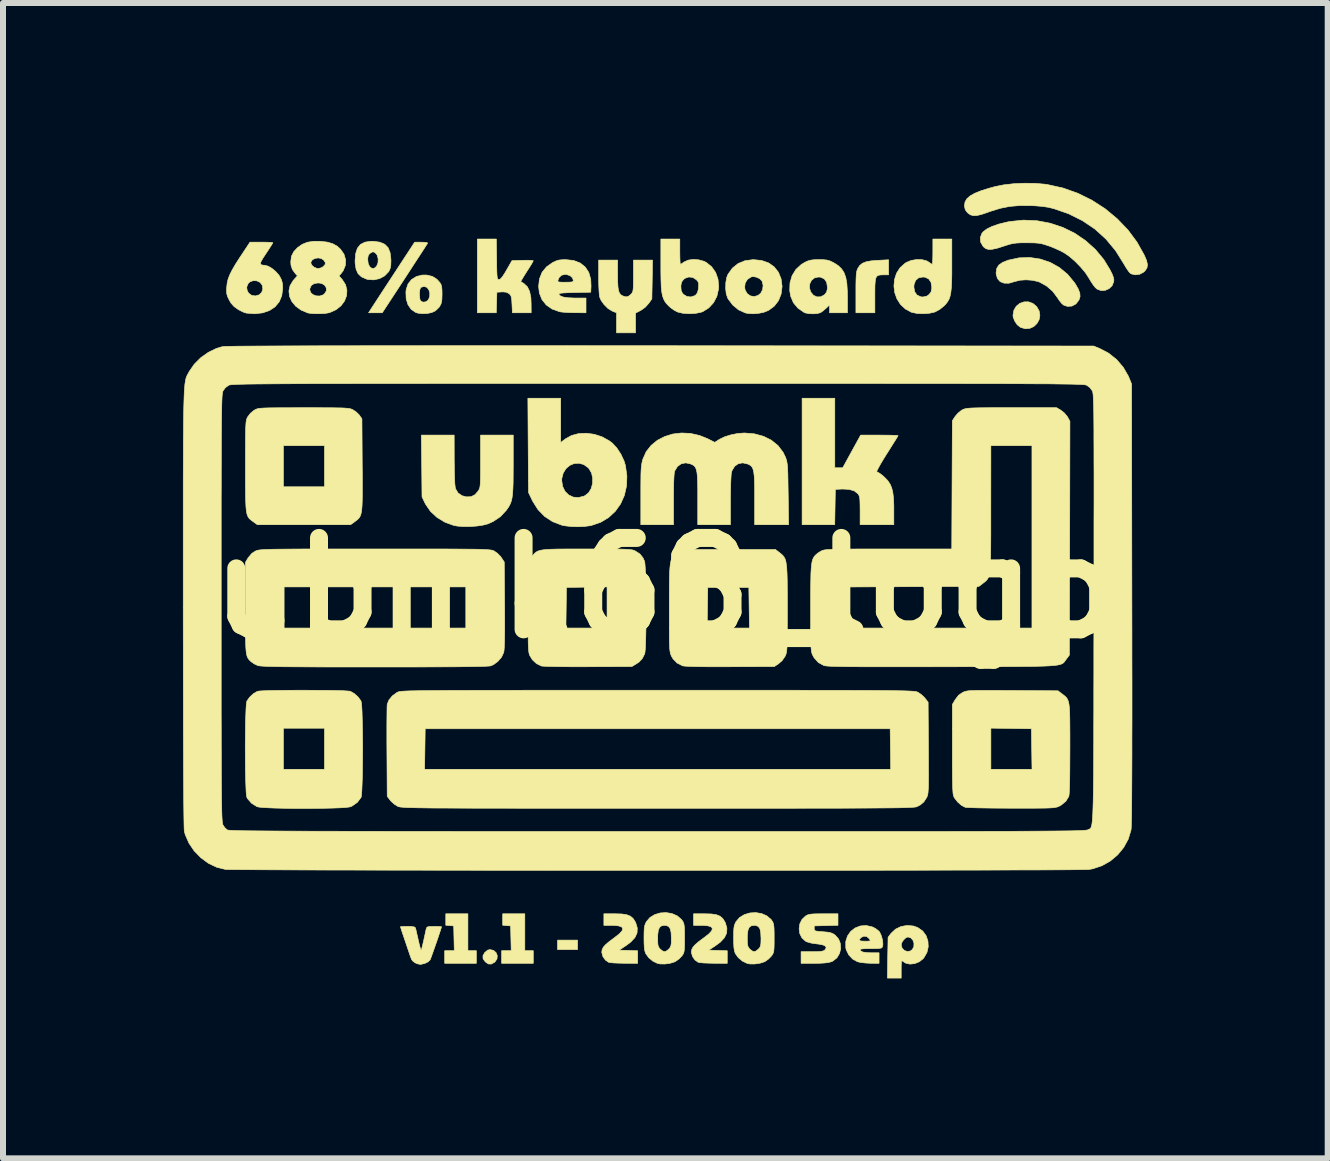
<source format=kicad_pcb>
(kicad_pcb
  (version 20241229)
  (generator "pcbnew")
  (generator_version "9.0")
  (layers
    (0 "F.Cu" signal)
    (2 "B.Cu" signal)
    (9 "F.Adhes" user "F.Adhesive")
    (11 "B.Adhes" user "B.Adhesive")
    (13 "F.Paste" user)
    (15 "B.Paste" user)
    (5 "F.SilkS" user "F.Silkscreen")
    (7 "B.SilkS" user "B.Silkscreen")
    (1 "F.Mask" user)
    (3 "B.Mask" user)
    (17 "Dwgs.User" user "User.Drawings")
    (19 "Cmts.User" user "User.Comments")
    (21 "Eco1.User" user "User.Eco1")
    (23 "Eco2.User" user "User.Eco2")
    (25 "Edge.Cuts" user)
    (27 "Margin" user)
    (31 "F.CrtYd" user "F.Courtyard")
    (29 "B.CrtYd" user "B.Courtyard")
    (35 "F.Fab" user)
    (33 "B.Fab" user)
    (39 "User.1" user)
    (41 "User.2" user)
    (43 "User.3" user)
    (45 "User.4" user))
  (footprint "ubmk68_logo"
    (layer "F.Cu")
    (at 8.038 6.753)
    (property "Reference" "ubmk68_logo" (at 0 0 0) (layer "F.SilkS") (effects (font (size 1.524 1.524) (thickness 0.3))))
    (attr through_hole)
    (fp_poly (pts (xy -1.459 6.029) (xy -1.793 6.029) (xy -1.793 5.871) (xy -1.459 5.871) (xy -1.459 6.029)) (stroke (width 0.01) (type solid)) (fill yes) (layer "F.SilkS"))
    (fp_poly (pts (xy -3.287 6.047) (xy -3.146 6.047) (xy -3.146 6.258) (xy -3.674 6.258) (xy -3.674 6.047) (xy -3.514 6.047) (xy -3.519 5.84) (xy -3.524 5.634) (xy -3.656 5.623) (xy -3.656 5.432) (xy -3.287 5.432) (xy -3.287 6.047)) (stroke (width 0.01) (type solid)) (fill yes) (layer "F.SilkS"))
    (fp_poly (pts (xy -2.338 6.047) (xy -2.197 6.047) (xy -2.197 6.258) (xy -2.725 6.258) (xy -2.725 6.047) (xy -2.565 6.047) (xy -2.57 5.84) (xy -2.575 5.634) (xy -2.707 5.623) (xy -2.707 5.432) (xy -2.338 5.432) (xy -2.338 6.047)) (stroke (width 0.01) (type solid)) (fill yes) (layer "F.SilkS"))
    (fp_poly (pts (xy -2.858 6.043) (xy -2.817 6.08) (xy -2.797 6.13) (xy -2.802 6.184) (xy -2.834 6.232) (xy -2.841 6.239) (xy -2.897 6.27) (xy -2.947 6.268) (xy -2.998 6.232) (xy -2.998 6.232) (xy -3.034 6.182) (xy -3.036 6.131) (xy -3.005 6.076) (xy -3.005 6.076) (xy -2.956 6.037) (xy -2.917 6.029) (xy -2.858 6.043)) (stroke (width 0.01) (type solid)) (fill yes) (layer "F.SilkS"))
    (fp_poly (pts (xy 6.133 -4.744) (xy 6.195 -4.692) (xy 6.237 -4.619) (xy 6.249 -4.544) (xy 6.236 -4.472) (xy 6.2 -4.409) (xy 6.148 -4.359) (xy 6.082 -4.329) (xy 6.007 -4.322) (xy 5.927 -4.345) (xy 5.924 -4.347) (xy 5.871 -4.389) (xy 5.828 -4.453) (xy 5.803 -4.521) (xy 5.801 -4.547) (xy 5.816 -4.631) (xy 5.856 -4.698) (xy 5.914 -4.745) (xy 5.984 -4.77) (xy 6.059 -4.771) (xy 6.133 -4.744)) (stroke (width 0.01) (type solid)) (fill yes) (layer "F.SilkS"))
    (fp_poly (pts (xy -4.007 -5.763) (xy -3.969 -5.758) (xy -3.958 -5.751) (xy -3.969 -5.733) (xy -3.996 -5.69) (xy -4.039 -5.623) (xy -4.095 -5.537) (xy -4.162 -5.435) (xy -4.237 -5.319) (xy -4.319 -5.193) (xy -4.339 -5.162) (xy -4.715 -4.588) (xy -4.943 -4.588) (xy -4.912 -4.636) (xy -4.896 -4.662) (xy -4.862 -4.713) (xy -4.815 -4.786) (xy -4.755 -4.878) (xy -4.685 -4.985) (xy -4.608 -5.103) (xy -4.528 -5.225) (xy -4.175 -5.765) (xy -4.063 -5.765) (xy -4.007 -5.763)) (stroke (width 0.01) (type solid)) (fill yes) (layer "F.SilkS"))
    (fp_poly (pts (xy 3.727 -5.221) (xy 3.64 -5.221) (xy 3.591 -5.219) (xy 3.555 -5.213) (xy 3.53 -5.196) (xy 3.513 -5.165) (xy 3.504 -5.114) (xy 3.499 -5.04) (xy 3.498 -4.937) (xy 3.498 -4.877) (xy 3.498 -4.588) (xy 3.182 -4.588) (xy 3.182 -4.926) (xy 3.182 -5.048) (xy 3.184 -5.14) (xy 3.187 -5.208) (xy 3.192 -5.257) (xy 3.199 -5.292) (xy 3.21 -5.32) (xy 3.212 -5.325) (xy 3.246 -5.377) (xy 3.29 -5.413) (xy 3.352 -5.438) (xy 3.437 -5.454) (xy 3.542 -5.462) (xy 3.727 -5.472) (xy 3.727 -5.221)) (stroke (width 0.01) (type solid)) (fill yes) (layer "F.SilkS"))
    (fp_poly (pts (xy 6.256 -5.484) (xy 6.422 -5.428) (xy 6.574 -5.343) (xy 6.71 -5.231) (xy 6.825 -5.092) (xy 6.837 -5.075) (xy 6.888 -4.987) (xy 6.915 -4.917) (xy 6.919 -4.857) (xy 6.901 -4.802) (xy 6.901 -4.802) (xy 6.85 -4.736) (xy 6.784 -4.7) (xy 6.709 -4.695) (xy 6.646 -4.716) (xy 6.615 -4.742) (xy 6.576 -4.789) (xy 6.543 -4.839) (xy 6.464 -4.945) (xy 6.362 -5.034) (xy 6.247 -5.098) (xy 6.219 -5.109) (xy 6.124 -5.13) (xy 6.02 -5.138) (xy 5.918 -5.131) (xy 5.834 -5.11) (xy 5.829 -5.109) (xy 5.735 -5.081) (xy 5.653 -5.082) (xy 5.587 -5.108) (xy 5.542 -5.159) (xy 5.521 -5.231) (xy 5.519 -5.256) (xy 5.53 -5.328) (xy 5.565 -5.384) (xy 5.627 -5.428) (xy 5.72 -5.465) (xy 5.901 -5.504) (xy 6.081 -5.51) (xy 6.256 -5.484)) (stroke (width 0.01) (type solid)) (fill yes) (layer "F.SilkS"))
    (fp_poly (pts (xy -0.721 5.435) (xy -0.637 5.448) (xy -0.576 5.473) (xy -0.531 5.512) (xy -0.496 5.568) (xy -0.49 5.579) (xy -0.463 5.669) (xy -0.467 5.752) (xy -0.503 5.829) (xy -0.573 5.904) (xy -0.646 5.959) (xy -0.765 6.038) (xy -0.611 6.043) (xy -0.457 6.048) (xy -0.457 6.258) (xy -0.681 6.257) (xy -0.77 6.255) (xy -0.848 6.252) (xy -0.908 6.247) (xy -0.941 6.241) (xy -0.942 6.24) (xy -0.995 6.203) (xy -1.036 6.145) (xy -1.054 6.08) (xy -1.055 6.072) (xy -1.049 6.029) (xy -1.028 5.987) (xy -0.988 5.943) (xy -0.925 5.89) (xy -0.844 5.83) (xy -0.764 5.768) (xy -0.718 5.718) (xy -0.705 5.679) (xy -0.725 5.65) (xy -0.779 5.633) (xy -0.866 5.625) (xy -0.891 5.625) (xy -1.02 5.625) (xy -1.02 5.432) (xy -0.833 5.432) (xy -0.721 5.435)) (stroke (width 0.01) (type solid)) (fill yes) (layer "F.SilkS"))
    (fp_poly (pts (xy 0.773 5.435) (xy 0.857 5.448) (xy 0.918 5.473) (xy 0.963 5.512) (xy 0.998 5.568) (xy 1.004 5.579) (xy 1.031 5.669) (xy 1.027 5.752) (xy 0.991 5.829) (xy 0.922 5.904) (xy 0.848 5.959) (xy 0.729 6.038) (xy 0.883 6.043) (xy 1.037 6.048) (xy 1.037 6.258) (xy 0.813 6.257) (xy 0.725 6.255) (xy 0.646 6.252) (xy 0.586 6.247) (xy 0.553 6.241) (xy 0.552 6.24) (xy 0.499 6.203) (xy 0.458 6.145) (xy 0.44 6.08) (xy 0.439 6.072) (xy 0.445 6.029) (xy 0.466 5.987) (xy 0.506 5.943) (xy 0.569 5.89) (xy 0.65 5.83) (xy 0.73 5.768) (xy 0.776 5.718) (xy 0.789 5.679) (xy 0.769 5.65) (xy 0.716 5.633) (xy 0.628 5.625) (xy 0.603 5.625) (xy 0.475 5.625) (xy 0.475 5.432) (xy 0.661 5.432) (xy 0.773 5.435)) (stroke (width 0.01) (type solid)) (fill yes) (layer "F.SilkS"))
    (fp_poly (pts (xy -0.791 -5.221) (xy -0.79 -5.106) (xy -0.785 -5.019) (xy -0.776 -4.958) (xy -0.76 -4.916) (xy -0.738 -4.889) (xy -0.709 -4.871) (xy -0.654 -4.853) (xy -0.611 -4.862) (xy -0.57 -4.895) (xy -0.554 -4.913) (xy -0.542 -4.932) (xy -0.535 -4.959) (xy -0.53 -4.999) (xy -0.528 -5.059) (xy -0.527 -5.145) (xy -0.527 -5.202) (xy -0.527 -5.467) (xy -0.209 -5.467) (xy -0.214 -5.143) (xy -0.22 -4.819) (xy -0.273 -4.744) (xy -0.331 -4.68) (xy -0.403 -4.629) (xy -0.409 -4.626) (xy -0.492 -4.583) (xy -0.492 -4.254) (xy -0.809 -4.254) (xy -0.809 -4.588) (xy -0.879 -4.616) (xy -0.949 -4.658) (xy -1.015 -4.723) (xy -1.067 -4.796) (xy -1.09 -4.85) (xy -1.096 -4.89) (xy -1.101 -4.956) (xy -1.105 -5.042) (xy -1.107 -5.14) (xy -1.107 -5.19) (xy -1.107 -5.467) (xy -0.791 -5.467) (xy -0.791 -5.221)) (stroke (width 0.01) (type solid)) (fill yes) (layer "F.SilkS"))
    (fp_poly (pts (xy 4.143 5.636) (xy 4.214 5.662) (xy 4.295 5.719) (xy 4.352 5.796) (xy 4.383 5.886) (xy 4.388 5.982) (xy 4.366 6.078) (xy 4.315 6.166) (xy 4.304 6.179) (xy 4.24 6.231) (xy 4.164 6.262) (xy 4.084 6.271) (xy 4.012 6.255) (xy 3.969 6.228) (xy 3.954 6.216) (xy 3.945 6.218) (xy 3.94 6.239) (xy 3.938 6.285) (xy 3.937 6.352) (xy 3.937 6.504) (xy 3.707 6.504) (xy 3.712 6.164) (xy 3.716 5.949) (xy 3.937 5.949) (xy 3.952 6.004) (xy 3.988 6.042) (xy 4.036 6.06) (xy 4.086 6.054) (xy 4.122 6.029) (xy 4.148 5.979) (xy 4.15 5.923) (xy 4.132 5.871) (xy 4.096 5.833) (xy 4.049 5.818) (xy 4.013 5.833) (xy 3.976 5.868) (xy 3.947 5.913) (xy 3.937 5.949) (xy 3.716 5.949) (xy 3.718 5.824) (xy 3.768 5.758) (xy 3.843 5.688) (xy 3.935 5.644) (xy 4.038 5.626) (xy 4.143 5.636)) (stroke (width 0.01) (type solid)) (fill yes) (layer "F.SilkS"))
    (fp_poly (pts (xy -4.86 -5.78) (xy -4.753 -5.765) (xy -4.673 -5.73) (xy -4.617 -5.673) (xy -4.584 -5.591) (xy -4.571 -5.481) (xy -4.57 -5.452) (xy -4.573 -5.377) (xy -4.584 -5.324) (xy -4.604 -5.28) (xy -4.61 -5.272) (xy -4.675 -5.204) (xy -4.76 -5.158) (xy -4.857 -5.137) (xy -4.956 -5.144) (xy -4.978 -5.15) (xy -5.06 -5.186) (xy -5.117 -5.239) (xy -5.151 -5.313) (xy -5.167 -5.413) (xy -5.168 -5.458) (xy -5.167 -5.471) (xy -4.957 -5.471) (xy -4.948 -5.403) (xy -4.923 -5.355) (xy -4.889 -5.329) (xy -4.85 -5.329) (xy -4.812 -5.361) (xy -4.809 -5.365) (xy -4.786 -5.421) (xy -4.783 -5.487) (xy -4.798 -5.546) (xy -4.816 -5.572) (xy -4.85 -5.601) (xy -4.877 -5.603) (xy -4.915 -5.582) (xy -4.918 -5.58) (xy -4.944 -5.553) (xy -4.955 -5.512) (xy -4.957 -5.471) (xy -5.167 -5.471) (xy -5.158 -5.576) (xy -5.129 -5.665) (xy -5.078 -5.728) (xy -5.003 -5.766) (xy -4.905 -5.78) (xy -4.86 -5.78)) (stroke (width 0.01) (type solid)) (fill yes) (layer "F.SilkS"))
    (fp_poly (pts (xy -3.972 -5.217) (xy -3.879 -5.195) (xy -3.803 -5.146) (xy -3.754 -5.091) (xy -3.735 -5.059) (xy -3.724 -5.02) (xy -3.719 -4.964) (xy -3.718 -4.895) (xy -3.721 -4.803) (xy -3.735 -4.736) (xy -3.764 -4.684) (xy -3.811 -4.637) (xy -3.838 -4.616) (xy -3.891 -4.592) (xy -3.965 -4.577) (xy -4.046 -4.574) (xy -4.12 -4.582) (xy -4.158 -4.594) (xy -4.233 -4.646) (xy -4.286 -4.723) (xy -4.316 -4.819) (xy -4.32 -4.923) (xy -4.094 -4.923) (xy -4.094 -4.864) (xy -4.087 -4.813) (xy -4.075 -4.785) (xy -4.033 -4.765) (xy -3.986 -4.772) (xy -3.947 -4.803) (xy -3.924 -4.857) (xy -3.922 -4.917) (xy -3.938 -4.971) (xy -3.969 -5.011) (xy -4.013 -5.027) (xy -4.014 -5.027) (xy -4.055 -5.018) (xy -4.075 -5.006) (xy -4.088 -4.975) (xy -4.094 -4.923) (xy -4.32 -4.923) (xy -4.321 -4.931) (xy -4.315 -4.979) (xy -4.284 -5.071) (xy -4.226 -5.143) (xy -4.146 -5.193) (xy -4.048 -5.217) (xy -3.972 -5.217)) (stroke (width 0.01) (type solid)) (fill yes) (layer "F.SilkS"))
    (fp_poly (pts (xy 1.611 -5.46) (xy 1.727 -5.419) (xy 1.821 -5.352) (xy 1.891 -5.263) (xy 1.935 -5.153) (xy 1.951 -5.027) (xy 1.935 -4.901) (xy 1.891 -4.79) (xy 1.82 -4.698) (xy 1.726 -4.629) (xy 1.645 -4.596) (xy 1.558 -4.579) (xy 1.464 -4.572) (xy 1.377 -4.578) (xy 1.336 -4.587) (xy 1.224 -4.638) (xy 1.127 -4.719) (xy 1.05 -4.822) (xy 1.044 -4.834) (xy 1.02 -4.905) (xy 1.01 -4.996) (xy 1.011 -5.011) (xy 1.327 -5.011) (xy 1.336 -4.965) (xy 1.372 -4.905) (xy 1.425 -4.869) (xy 1.488 -4.859) (xy 1.551 -4.878) (xy 1.595 -4.914) (xy 1.626 -4.973) (xy 1.635 -5.044) (xy 1.619 -5.111) (xy 1.616 -5.118) (xy 1.579 -5.156) (xy 1.525 -5.182) (xy 1.468 -5.192) (xy 1.438 -5.187) (xy 1.374 -5.146) (xy 1.336 -5.085) (xy 1.327 -5.011) (xy 1.011 -5.011) (xy 1.013 -5.091) (xy 1.029 -5.179) (xy 1.049 -5.229) (xy 1.123 -5.333) (xy 1.218 -5.409) (xy 1.332 -5.456) (xy 1.466 -5.474) (xy 1.477 -5.474) (xy 1.611 -5.46)) (stroke (width 0.01) (type solid)) (fill yes) (layer "F.SilkS"))
    (fp_poly (pts (xy -2.808 -5.48) (xy -2.807 -5.363) (xy -2.805 -5.277) (xy -2.802 -5.216) (xy -2.798 -5.177) (xy -2.792 -5.155) (xy -2.784 -5.144) (xy -2.772 -5.142) (xy -2.769 -5.142) (xy -2.746 -5.151) (xy -2.716 -5.184) (xy -2.677 -5.242) (xy -2.643 -5.3) (xy -2.552 -5.458) (xy -2.375 -5.463) (xy -2.301 -5.464) (xy -2.242 -5.463) (xy -2.205 -5.459) (xy -2.197 -5.456) (xy -2.206 -5.437) (xy -2.23 -5.395) (xy -2.266 -5.337) (xy -2.304 -5.278) (xy -2.346 -5.211) (xy -2.379 -5.157) (xy -2.4 -5.12) (xy -2.405 -5.108) (xy -2.388 -5.097) (xy -2.353 -5.076) (xy -2.35 -5.073) (xy -2.295 -5.021) (xy -2.258 -4.944) (xy -2.237 -4.84) (xy -2.233 -4.742) (xy -2.232 -4.588) (xy -2.545 -4.588) (xy -2.552 -4.73) (xy -2.556 -4.803) (xy -2.563 -4.85) (xy -2.575 -4.88) (xy -2.595 -4.902) (xy -2.6 -4.907) (xy -2.645 -4.931) (xy -2.705 -4.937) (xy -2.723 -4.936) (xy -2.804 -4.931) (xy -2.814 -4.588) (xy -3.129 -4.588) (xy -3.129 -5.818) (xy -2.813 -5.818) (xy -2.808 -5.48)) (stroke (width 0.01) (type solid)) (fill yes) (layer "F.SilkS"))
    (fp_poly (pts (xy 2.83 -2.004) (xy 2.962 -2.004) (xy 3.111 -2.276) (xy 3.261 -2.549) (xy 3.573 -2.549) (xy 3.673 -2.548) (xy 3.76 -2.547) (xy 3.828 -2.545) (xy 3.871 -2.543) (xy 3.885 -2.541) (xy 3.876 -2.524) (xy 3.851 -2.482) (xy 3.812 -2.42) (xy 3.763 -2.342) (xy 3.707 -2.253) (xy 3.697 -2.238) (xy 3.641 -2.148) (xy 3.594 -2.069) (xy 3.558 -2.004) (xy 3.535 -1.959) (xy 3.529 -1.939) (xy 3.53 -1.938) (xy 3.581 -1.91) (xy 3.641 -1.863) (xy 3.698 -1.806) (xy 3.72 -1.78) (xy 3.755 -1.726) (xy 3.78 -1.664) (xy 3.798 -1.589) (xy 3.809 -1.494) (xy 3.814 -1.373) (xy 3.814 -1.291) (xy 3.814 -1.055) (xy 3.252 -1.055) (xy 3.252 -1.29) (xy 3.251 -1.387) (xy 3.249 -1.455) (xy 3.245 -1.502) (xy 3.237 -1.534) (xy 3.225 -1.558) (xy 3.216 -1.57) (xy 3.157 -1.617) (xy 3.07 -1.644) (xy 2.957 -1.65) (xy 2.944 -1.649) (xy 2.839 -1.644) (xy 2.834 -1.349) (xy 2.829 -1.055) (xy 2.285 -1.055) (xy 2.285 -3.164) (xy 2.83 -3.164) (xy 2.83 -2.004)) (stroke (width 0.01) (type solid)) (fill yes) (layer "F.SilkS"))
    (fp_poly (pts (xy -3.515 -2.131) (xy -3.513 -1.967) (xy -3.51 -1.836) (xy -3.505 -1.738) (xy -3.498 -1.675) (xy -3.493 -1.654) (xy -3.451 -1.584) (xy -3.384 -1.538) (xy -3.312 -1.519) (xy -3.233 -1.522) (xy -3.168 -1.556) (xy -3.116 -1.616) (xy -3.104 -1.635) (xy -3.094 -1.656) (xy -3.087 -1.681) (xy -3.082 -1.717) (xy -3.079 -1.768) (xy -3.077 -1.838) (xy -3.076 -1.932) (xy -3.076 -2.055) (xy -3.076 -2.112) (xy -3.076 -2.549) (xy -2.531 -2.549) (xy -2.531 -2.051) (xy -2.532 -1.888) (xy -2.533 -1.755) (xy -2.537 -1.648) (xy -2.543 -1.564) (xy -2.552 -1.496) (xy -2.566 -1.441) (xy -2.584 -1.395) (xy -2.607 -1.352) (xy -2.637 -1.309) (xy -2.646 -1.296) (xy -2.744 -1.19) (xy -2.867 -1.108) (xy -2.951 -1.07) (xy -3.03 -1.049) (xy -3.133 -1.033) (xy -3.247 -1.025) (xy -3.361 -1.024) (xy -3.463 -1.032) (xy -3.524 -1.043) (xy -3.671 -1.097) (xy -3.801 -1.176) (xy -3.91 -1.276) (xy -3.991 -1.394) (xy -4.005 -1.42) (xy -4.052 -1.52) (xy -4.057 -2.035) (xy -4.063 -2.549) (xy -3.516 -2.549) (xy -3.515 -2.131)) (stroke (width 0.01) (type solid)) (fill yes) (layer "F.SilkS"))
    (fp_poly (pts (xy 2.883 5.624) (xy 2.685 5.629) (xy 2.487 5.634) (xy 2.487 5.678) (xy 2.489 5.699) (xy 2.499 5.713) (xy 2.525 5.721) (xy 2.573 5.727) (xy 2.63 5.731) (xy 2.707 5.738) (xy 2.761 5.748) (xy 2.802 5.765) (xy 2.836 5.788) (xy 2.893 5.852) (xy 2.923 5.929) (xy 2.928 6.012) (xy 2.909 6.093) (xy 2.867 6.164) (xy 2.802 6.217) (xy 2.777 6.23) (xy 2.729 6.243) (xy 2.663 6.252) (xy 2.573 6.257) (xy 2.487 6.258) (xy 2.268 6.258) (xy 2.268 6.064) (xy 2.451 6.064) (xy 2.539 6.063) (xy 2.599 6.059) (xy 2.637 6.051) (xy 2.66 6.039) (xy 2.663 6.036) (xy 2.686 6.001) (xy 2.678 5.974) (xy 2.638 5.953) (xy 2.565 5.938) (xy 2.512 5.932) (xy 2.435 5.92) (xy 2.368 5.901) (xy 2.34 5.887) (xy 2.281 5.833) (xy 2.246 5.761) (xy 2.235 5.68) (xy 2.247 5.599) (xy 2.283 5.526) (xy 2.343 5.469) (xy 2.346 5.467) (xy 2.374 5.452) (xy 2.406 5.442) (xy 2.449 5.436) (xy 2.51 5.433) (xy 2.597 5.432) (xy 2.643 5.432) (xy 2.883 5.432) (xy 2.883 5.624)) (stroke (width 0.01) (type solid)) (fill yes) (layer "F.SilkS"))
    (fp_poly (pts (xy 3.453 5.65) (xy 3.475 5.659) (xy 3.527 5.69) (xy 3.569 5.726) (xy 3.578 5.737) (xy 3.606 5.798) (xy 3.626 5.871) (xy 3.632 5.939) (xy 3.628 5.968) (xy 3.622 5.988) (xy 3.61 6) (xy 3.587 6.007) (xy 3.545 6.011) (xy 3.478 6.012) (xy 3.435 6.012) (xy 3.359 6.013) (xy 3.299 6.016) (xy 3.261 6.021) (xy 3.252 6.026) (xy 3.264 6.053) (xy 3.303 6.071) (xy 3.371 6.08) (xy 3.431 6.082) (xy 3.568 6.082) (xy 3.568 6.258) (xy 3.423 6.257) (xy 3.345 6.253) (xy 3.27 6.245) (xy 3.214 6.233) (xy 3.208 6.231) (xy 3.128 6.187) (xy 3.063 6.118) (xy 3.022 6.035) (xy 3.013 5.999) (xy 3.013 5.894) (xy 3.024 5.858) (xy 3.241 5.858) (xy 3.241 5.877) (xy 3.271 5.886) (xy 3.333 5.889) (xy 3.389 5.888) (xy 3.416 5.884) (xy 3.42 5.873) (xy 3.408 5.852) (xy 3.406 5.849) (xy 3.364 5.812) (xy 3.314 5.805) (xy 3.268 5.828) (xy 3.241 5.858) (xy 3.024 5.858) (xy 3.042 5.802) (xy 3.095 5.726) (xy 3.168 5.669) (xy 3.255 5.635) (xy 3.352 5.627) (xy 3.453 5.65)) (stroke (width 0.01) (type solid)) (fill yes) (layer "F.SilkS"))
    (fp_poly (pts (xy 2.645 -5.473) (xy 2.7 -5.467) (xy 2.746 -5.454) (xy 2.795 -5.431) (xy 2.81 -5.423) (xy 2.885 -5.376) (xy 2.942 -5.322) (xy 2.984 -5.258) (xy 3.013 -5.178) (xy 3.031 -5.077) (xy 3.039 -4.949) (xy 3.041 -4.84) (xy 3.041 -4.588) (xy 2.742 -4.588) (xy 2.742 -4.718) (xy 2.685 -4.664) (xy 2.64 -4.625) (xy 2.599 -4.595) (xy 2.589 -4.59) (xy 2.54 -4.576) (xy 2.471 -4.571) (xy 2.399 -4.574) (xy 2.338 -4.586) (xy 2.32 -4.593) (xy 2.216 -4.665) (xy 2.141 -4.754) (xy 2.095 -4.863) (xy 2.079 -4.955) (xy 2.08 -5.003) (xy 2.407 -5.003) (xy 2.429 -4.934) (xy 2.474 -4.88) (xy 2.533 -4.853) (xy 2.597 -4.855) (xy 2.657 -4.888) (xy 2.664 -4.895) (xy 2.694 -4.935) (xy 2.706 -4.987) (xy 2.707 -5.018) (xy 2.694 -5.097) (xy 2.656 -5.152) (xy 2.597 -5.181) (xy 2.558 -5.185) (xy 2.492 -5.17) (xy 2.442 -5.13) (xy 2.413 -5.072) (xy 2.407 -5.003) (xy 2.08 -5.003) (xy 2.083 -5.087) (xy 2.118 -5.207) (xy 2.181 -5.31) (xy 2.272 -5.394) (xy 2.326 -5.427) (xy 2.379 -5.452) (xy 2.429 -5.466) (xy 2.488 -5.473) (xy 2.566 -5.475) (xy 2.645 -5.473)) (stroke (width 0.01) (type solid)) (fill yes) (layer "F.SilkS"))
    (fp_poly (pts (xy -1.523 -5.46) (xy -1.415 -5.418) (xy -1.331 -5.351) (xy -1.272 -5.261) (xy -1.239 -5.148) (xy -1.234 -5.031) (xy -1.239 -4.931) (xy -1.509 -4.926) (xy -1.617 -4.923) (xy -1.694 -4.919) (xy -1.743 -4.914) (xy -1.767 -4.907) (xy -1.771 -4.899) (xy -1.748 -4.871) (xy -1.699 -4.851) (xy -1.622 -4.839) (xy -1.513 -4.834) (xy -1.499 -4.834) (xy -1.318 -4.834) (xy -1.318 -4.588) (xy -1.507 -4.59) (xy -1.593 -4.592) (xy -1.673 -4.596) (xy -1.736 -4.602) (xy -1.762 -4.607) (xy -1.884 -4.651) (xy -1.981 -4.719) (xy -2.052 -4.808) (xy -2.095 -4.916) (xy -2.108 -5.027) (xy -2.098 -5.117) (xy -1.788 -5.117) (xy -1.781 -5.105) (xy -1.758 -5.1) (xy -1.71 -5.098) (xy -1.662 -5.098) (xy -1.594 -5.099) (xy -1.554 -5.102) (xy -1.535 -5.111) (xy -1.529 -5.127) (xy -1.529 -5.13) (xy -1.545 -5.173) (xy -1.586 -5.208) (xy -1.642 -5.226) (xy -1.662 -5.228) (xy -1.726 -5.215) (xy -1.767 -5.175) (xy -1.783 -5.137) (xy -1.788 -5.117) (xy -2.098 -5.117) (xy -2.093 -5.155) (xy -2.05 -5.264) (xy -1.977 -5.353) (xy -1.879 -5.423) (xy -1.821 -5.451) (xy -1.771 -5.467) (xy -1.711 -5.473) (xy -1.652 -5.474) (xy -1.523 -5.46)) (stroke (width 0.01) (type solid)) (fill yes) (layer "F.SilkS"))
    (fp_poly (pts (xy 6.169 -6.746) (xy 6.334 -6.732) (xy 6.379 -6.725) (xy 6.636 -6.668) (xy 6.883 -6.58) (xy 7.118 -6.464) (xy 7.338 -6.322) (xy 7.538 -6.156) (xy 7.717 -5.97) (xy 7.869 -5.765) (xy 7.991 -5.547) (xy 8.028 -5.459) (xy 8.043 -5.391) (xy 8.035 -5.337) (xy 8.004 -5.29) (xy 7.978 -5.265) (xy 7.914 -5.231) (xy 7.842 -5.221) (xy 7.775 -5.236) (xy 7.757 -5.247) (xy 7.732 -5.274) (xy 7.697 -5.324) (xy 7.659 -5.386) (xy 7.649 -5.404) (xy 7.512 -5.623) (xy 7.351 -5.817) (xy 7.167 -5.984) (xy 6.959 -6.124) (xy 6.729 -6.239) (xy 6.486 -6.323) (xy 6.394 -6.346) (xy 6.297 -6.361) (xy 6.181 -6.371) (xy 6.1 -6.375) (xy 5.914 -6.376) (xy 5.748 -6.362) (xy 5.588 -6.33) (xy 5.423 -6.279) (xy 5.385 -6.265) (xy 5.28 -6.229) (xy 5.2 -6.21) (xy 5.138 -6.208) (xy 5.089 -6.222) (xy 5.047 -6.253) (xy 5.043 -6.256) (xy 5.006 -6.305) (xy 4.993 -6.359) (xy 4.992 -6.379) (xy 5.002 -6.437) (xy 5.032 -6.489) (xy 5.085 -6.536) (xy 5.164 -6.581) (xy 5.271 -6.624) (xy 5.41 -6.667) (xy 5.501 -6.692) (xy 5.646 -6.721) (xy 5.813 -6.74) (xy 5.991 -6.748) (xy 6.169 -6.746)) (stroke (width 0.01) (type solid)) (fill yes) (layer "F.SilkS"))
    (fp_poly (pts (xy 6.201 -6.123) (xy 6.42 -6.082) (xy 6.631 -6.012) (xy 6.829 -5.915) (xy 7.011 -5.791) (xy 7.175 -5.644) (xy 7.315 -5.475) (xy 7.418 -5.306) (xy 7.455 -5.232) (xy 7.475 -5.179) (xy 7.483 -5.139) (xy 7.48 -5.106) (xy 7.453 -5.039) (xy 7.403 -4.991) (xy 7.34 -4.963) (xy 7.272 -4.958) (xy 7.208 -4.98) (xy 7.175 -5.007) (xy 7.142 -5.048) (xy 7.102 -5.108) (xy 7.066 -5.168) (xy 7.008 -5.257) (xy 6.927 -5.353) (xy 6.835 -5.447) (xy 6.74 -5.529) (xy 6.656 -5.587) (xy 6.592 -5.621) (xy 6.509 -5.659) (xy 6.424 -5.694) (xy 6.403 -5.701) (xy 6.334 -5.724) (xy 6.277 -5.74) (xy 6.221 -5.749) (xy 6.155 -5.754) (xy 6.069 -5.755) (xy 6.029 -5.755) (xy 5.933 -5.755) (xy 5.86 -5.751) (xy 5.801 -5.744) (xy 5.743 -5.73) (xy 5.676 -5.709) (xy 5.646 -5.699) (xy 5.538 -5.665) (xy 5.456 -5.647) (xy 5.394 -5.644) (xy 5.347 -5.658) (xy 5.309 -5.688) (xy 5.301 -5.697) (xy 5.262 -5.766) (xy 5.256 -5.84) (xy 5.281 -5.91) (xy 5.304 -5.939) (xy 5.364 -5.985) (xy 5.452 -6.028) (xy 5.565 -6.067) (xy 5.694 -6.099) (xy 5.75 -6.11) (xy 5.976 -6.133) (xy 6.201 -6.123)) (stroke (width 0.01) (type solid)) (fill yes) (layer "F.SilkS"))
    (fp_poly (pts (xy -3.789 5.643) (xy -3.745 5.645) (xy -3.727 5.647) (xy -3.727 5.648) (xy -3.732 5.668) (xy -3.747 5.715) (xy -3.769 5.781) (xy -3.795 5.86) (xy -3.824 5.943) (xy -3.853 6.025) (xy -3.879 6.099) (xy -3.9 6.157) (xy -3.914 6.193) (xy -3.917 6.2) (xy -3.951 6.233) (xy -4.006 6.26) (xy -4.067 6.274) (xy -4.085 6.275) (xy -4.128 6.266) (xy -4.168 6.249) (xy -4.206 6.22) (xy -4.227 6.192) (xy -4.237 6.166) (xy -4.255 6.116) (xy -4.278 6.048) (xy -4.305 5.969) (xy -4.333 5.886) (xy -4.36 5.806) (xy -4.384 5.736) (xy -4.401 5.682) (xy -4.411 5.652) (xy -4.412 5.648) (xy -4.396 5.645) (xy -4.354 5.643) (xy -4.294 5.642) (xy -4.29 5.642) (xy -4.224 5.644) (xy -4.185 5.65) (xy -4.166 5.661) (xy -4.16 5.673) (xy -4.152 5.703) (xy -4.14 5.758) (xy -4.123 5.829) (xy -4.113 5.877) (xy -4.096 5.948) (xy -4.081 6.003) (xy -4.07 6.035) (xy -4.066 6.041) (xy -4.059 6.021) (xy -4.047 5.975) (xy -4.032 5.911) (xy -4.024 5.877) (xy -4.008 5.803) (xy -3.994 5.737) (xy -3.984 5.692) (xy -3.981 5.682) (xy -3.973 5.661) (xy -3.956 5.649) (xy -3.922 5.644) (xy -3.863 5.643) (xy -3.849 5.642) (xy -3.789 5.643)) (stroke (width 0.01) (type solid)) (fill yes) (layer "F.SilkS"))
    (fp_poly (pts (xy -1.74 -2.426) (xy -1.662 -2.485) (xy -1.56 -2.542) (xy -1.441 -2.574) (xy -1.312 -2.58) (xy -1.179 -2.562) (xy -1.05 -2.52) (xy -0.931 -2.454) (xy -0.88 -2.416) (xy -0.804 -2.334) (xy -0.736 -2.23) (xy -0.683 -2.116) (xy -0.66 -2.039) (xy -0.636 -1.865) (xy -0.643 -1.699) (xy -0.678 -1.544) (xy -0.741 -1.403) (xy -0.829 -1.279) (xy -0.94 -1.176) (xy -1.072 -1.096) (xy -1.224 -1.044) (xy -1.244 -1.039) (xy -1.341 -1.026) (xy -1.454 -1.021) (xy -1.569 -1.025) (xy -1.673 -1.037) (xy -1.721 -1.047) (xy -1.875 -1.106) (xy -2.008 -1.193) (xy -2.119 -1.307) (xy -2.207 -1.447) (xy -2.213 -1.459) (xy -2.276 -1.591) (xy -2.278 -1.793) (xy -1.723 -1.793) (xy -1.708 -1.693) (xy -1.668 -1.611) (xy -1.607 -1.551) (xy -1.531 -1.515) (xy -1.444 -1.508) (xy -1.352 -1.531) (xy -1.334 -1.54) (xy -1.273 -1.589) (xy -1.231 -1.659) (xy -1.208 -1.744) (xy -1.207 -1.833) (xy -1.226 -1.918) (xy -1.269 -1.991) (xy -1.282 -2.005) (xy -1.355 -2.058) (xy -1.435 -2.08) (xy -1.515 -2.075) (xy -1.589 -2.044) (xy -1.651 -1.991) (xy -1.697 -1.918) (xy -1.721 -1.828) (xy -1.723 -1.793) (xy -2.278 -1.793) (xy -2.282 -2.377) (xy -2.287 -3.164) (xy -1.74 -3.164) (xy -1.74 -2.426)) (stroke (width 0.01) (type solid)) (fill yes) (layer "F.SilkS"))
    (fp_poly (pts (xy 4.781 -5.391) (xy 4.781 -5.233) (xy 4.778 -5.105) (xy 4.773 -5.004) (xy 4.764 -4.924) (xy 4.751 -4.861) (xy 4.733 -4.811) (xy 4.708 -4.769) (xy 4.677 -4.729) (xy 4.651 -4.703) (xy 4.58 -4.645) (xy 4.504 -4.604) (xy 4.491 -4.599) (xy 4.405 -4.58) (xy 4.304 -4.573) (xy 4.203 -4.577) (xy 4.119 -4.594) (xy 4.108 -4.597) (xy 4.006 -4.652) (xy 3.925 -4.728) (xy 3.866 -4.821) (xy 3.829 -4.925) (xy 3.818 -5.018) (xy 4.148 -5.018) (xy 4.161 -4.94) (xy 4.199 -4.885) (xy 4.259 -4.856) (xy 4.298 -4.851) (xy 4.365 -4.866) (xy 4.404 -4.895) (xy 4.434 -4.935) (xy 4.446 -4.987) (xy 4.447 -5.018) (xy 4.434 -5.097) (xy 4.396 -5.152) (xy 4.337 -5.181) (xy 4.298 -5.185) (xy 4.228 -5.171) (xy 4.178 -5.129) (xy 4.152 -5.062) (xy 4.148 -5.018) (xy 3.818 -5.018) (xy 3.816 -5.034) (xy 3.826 -5.144) (xy 3.859 -5.247) (xy 3.918 -5.339) (xy 4.002 -5.414) (xy 4.023 -5.427) (xy 4.104 -5.461) (xy 4.195 -5.476) (xy 4.284 -5.474) (xy 4.361 -5.454) (xy 4.392 -5.436) (xy 4.429 -5.41) (xy 4.453 -5.397) (xy 4.455 -5.396) (xy 4.459 -5.413) (xy 4.462 -5.458) (xy 4.464 -5.524) (xy 4.465 -5.605) (xy 4.465 -5.818) (xy 4.781 -5.818) (xy 4.781 -5.391)) (stroke (width 0.01) (type solid)) (fill yes) (layer "F.SilkS"))
    (fp_poly (pts (xy 0.246 -5.607) (xy 0.247 -5.526) (xy 0.249 -5.459) (xy 0.252 -5.414) (xy 0.255 -5.396) (xy 0.256 -5.396) (xy 0.275 -5.406) (xy 0.309 -5.429) (xy 0.319 -5.436) (xy 0.385 -5.466) (xy 0.469 -5.478) (xy 0.561 -5.471) (xy 0.649 -5.447) (xy 0.688 -5.427) (xy 0.777 -5.355) (xy 0.843 -5.261) (xy 0.883 -5.148) (xy 0.894 -5.024) (xy 0.891 -4.983) (xy 0.864 -4.863) (xy 0.809 -4.757) (xy 0.73 -4.671) (xy 0.634 -4.61) (xy 0.603 -4.598) (xy 0.512 -4.579) (xy 0.405 -4.573) (xy 0.298 -4.58) (xy 0.212 -4.6) (xy 0.155 -4.629) (xy 0.093 -4.673) (xy 0.06 -4.703) (xy 0.023 -4.742) (xy -0.006 -4.782) (xy -0.028 -4.827) (xy -0.045 -4.881) (xy -0.057 -4.949) (xy -0.063 -5.018) (xy 0.264 -5.018) (xy 0.269 -4.957) (xy 0.291 -4.913) (xy 0.307 -4.895) (xy 0.364 -4.86) (xy 0.431 -4.852) (xy 0.495 -4.873) (xy 0.51 -4.883) (xy 0.539 -4.92) (xy 0.555 -4.979) (xy 0.558 -5.005) (xy 0.561 -5.062) (xy 0.554 -5.099) (xy 0.532 -5.129) (xy 0.521 -5.14) (xy 0.462 -5.178) (xy 0.395 -5.185) (xy 0.332 -5.163) (xy 0.307 -5.142) (xy 0.277 -5.102) (xy 0.265 -5.05) (xy 0.264 -5.018) (xy -0.063 -5.018) (xy -0.064 -5.035) (xy -0.068 -5.145) (xy -0.07 -5.282) (xy -0.07 -5.391) (xy -0.07 -5.818) (xy 0.246 -5.818) (xy 0.246 -5.607)) (stroke (width 0.01) (type solid)) (fill yes) (layer "F.SilkS"))
    (fp_poly (pts (xy -6.652 -5.765) (xy -6.59 -5.763) (xy -6.55 -5.759) (xy -6.539 -5.756) (xy -6.548 -5.739) (xy -6.573 -5.699) (xy -6.61 -5.641) (xy -6.653 -5.576) (xy -6.704 -5.499) (xy -6.735 -5.445) (xy -6.746 -5.411) (xy -6.738 -5.392) (xy -6.711 -5.383) (xy -6.67 -5.38) (xy -6.617 -5.365) (xy -6.555 -5.329) (xy -6.493 -5.278) (xy -6.441 -5.22) (xy -6.424 -5.194) (xy -6.395 -5.137) (xy -6.38 -5.081) (xy -6.375 -5.009) (xy -6.375 -4.995) (xy -6.39 -4.874) (xy -6.433 -4.771) (xy -6.502 -4.688) (xy -6.595 -4.626) (xy -6.71 -4.587) (xy -6.842 -4.572) (xy -6.981 -4.583) (xy -7.021 -4.595) (xy -7.076 -4.621) (xy -7.121 -4.646) (xy -7.189 -4.695) (xy -7.238 -4.752) (xy -7.265 -4.799) (xy -7.293 -4.856) (xy -7.307 -4.903) (xy -7.311 -4.956) (xy -7.308 -5.014) (xy -6.976 -5.014) (xy -6.965 -4.953) (xy -6.942 -4.915) (xy -6.892 -4.878) (xy -6.829 -4.869) (xy -6.765 -4.888) (xy -6.725 -4.928) (xy -6.706 -4.984) (xy -6.715 -5.045) (xy -6.715 -5.047) (xy -6.752 -5.095) (xy -6.806 -5.121) (xy -6.866 -5.124) (xy -6.922 -5.104) (xy -6.952 -5.074) (xy -6.976 -5.014) (xy -7.308 -5.014) (xy -7.308 -5.018) (xy -7.3 -5.085) (xy -7.285 -5.15) (xy -7.258 -5.22) (xy -7.219 -5.299) (xy -7.164 -5.394) (xy -7.091 -5.508) (xy -7.053 -5.565) (xy -6.92 -5.766) (xy -6.73 -5.766) (xy -6.652 -5.765)) (stroke (width 0.01) (type solid)) (fill yes) (layer "F.SilkS"))
    (fp_poly (pts (xy 0.115 5.428) (xy 0.202 5.466) (xy 0.273 5.526) (xy 0.284 5.541) (xy 0.301 5.567) (xy 0.312 5.594) (xy 0.319 5.629) (xy 0.323 5.679) (xy 0.325 5.752) (xy 0.325 5.837) (xy 0.325 5.933) (xy 0.323 6.002) (xy 0.319 6.049) (xy 0.312 6.081) (xy 0.3 6.107) (xy 0.282 6.133) (xy 0.278 6.138) (xy 0.231 6.186) (xy 0.175 6.226) (xy 0.164 6.232) (xy 0.089 6.256) (xy 0.001 6.269) (xy -0.082 6.268) (xy -0.129 6.258) (xy -0.204 6.221) (xy -0.273 6.163) (xy -0.321 6.097) (xy -0.323 6.093) (xy -0.337 6.052) (xy -0.346 5.995) (xy -0.35 5.915) (xy -0.351 5.841) (xy -0.123 5.841) (xy -0.122 5.912) (xy -0.117 5.959) (xy -0.105 5.99) (xy -0.085 6.016) (xy -0.08 6.021) (xy -0.043 6.051) (xy -0.011 6.064) (xy -0.009 6.064) (xy 0.022 6.053) (xy 0.059 6.024) (xy 0.062 6.021) (xy 0.084 5.995) (xy 0.097 5.966) (xy 0.104 5.923) (xy 0.105 5.857) (xy 0.105 5.841) (xy 0.101 5.747) (xy 0.087 5.683) (xy 0.061 5.645) (xy 0.021 5.627) (xy -0.009 5.625) (xy -0.058 5.633) (xy -0.092 5.659) (xy -0.113 5.708) (xy -0.122 5.785) (xy -0.123 5.841) (xy -0.351 5.841) (xy -0.351 5.833) (xy -0.35 5.742) (xy -0.347 5.678) (xy -0.34 5.632) (xy -0.327 5.596) (xy -0.312 5.565) (xy -0.253 5.495) (xy -0.173 5.446) (xy -0.081 5.418) (xy 0.018 5.412) (xy 0.115 5.428)) (stroke (width 0.01) (type solid)) (fill yes) (layer "F.SilkS"))
    (fp_poly (pts (xy 1.609 5.428) (xy 1.696 5.466) (xy 1.767 5.526) (xy 1.778 5.541) (xy 1.795 5.567) (xy 1.806 5.594) (xy 1.813 5.629) (xy 1.817 5.679) (xy 1.819 5.752) (xy 1.819 5.837) (xy 1.819 5.933) (xy 1.817 6.002) (xy 1.813 6.049) (xy 1.806 6.081) (xy 1.794 6.107) (xy 1.776 6.133) (xy 1.772 6.138) (xy 1.725 6.186) (xy 1.669 6.226) (xy 1.658 6.232) (xy 1.583 6.256) (xy 1.496 6.269) (xy 1.412 6.268) (xy 1.366 6.258) (xy 1.29 6.221) (xy 1.221 6.163) (xy 1.173 6.097) (xy 1.171 6.093) (xy 1.157 6.052) (xy 1.148 5.995) (xy 1.144 5.915) (xy 1.143 5.841) (xy 1.371 5.841) (xy 1.372 5.912) (xy 1.377 5.959) (xy 1.389 5.99) (xy 1.409 6.016) (xy 1.414 6.021) (xy 1.451 6.051) (xy 1.483 6.064) (xy 1.485 6.064) (xy 1.516 6.053) (xy 1.553 6.024) (xy 1.556 6.021) (xy 1.579 5.995) (xy 1.592 5.966) (xy 1.598 5.923) (xy 1.6 5.857) (xy 1.6 5.841) (xy 1.595 5.747) (xy 1.582 5.683) (xy 1.556 5.645) (xy 1.515 5.627) (xy 1.485 5.625) (xy 1.436 5.633) (xy 1.402 5.659) (xy 1.382 5.708) (xy 1.372 5.785) (xy 1.371 5.841) (xy 1.143 5.841) (xy 1.143 5.833) (xy 1.144 5.742) (xy 1.147 5.678) (xy 1.154 5.632) (xy 1.167 5.596) (xy 1.182 5.565) (xy 1.241 5.495) (xy 1.321 5.446) (xy 1.414 5.418) (xy 1.512 5.412) (xy 1.609 5.428)) (stroke (width 0.01) (type solid)) (fill yes) (layer "F.SilkS"))
    (fp_poly (pts (xy 1.906 -0.591) (xy 1.937 -0.567) (xy 1.962 -0.544) (xy 1.983 -0.518) (xy 2 -0.487) (xy 2.013 -0.446) (xy 2.022 -0.393) (xy 2.029 -0.325) (xy 2.034 -0.237) (xy 2.037 -0.126) (xy 2.038 0.01) (xy 2.039 0.175) (xy 2.039 0.333) (xy 2.039 0.512) (xy 2.038 0.66) (xy 2.038 0.78) (xy 2.037 0.874) (xy 2.035 0.948) (xy 2.032 1.004) (xy 2.028 1.046) (xy 2.023 1.078) (xy 2.017 1.102) (xy 2.009 1.122) (xy 2.002 1.138) (xy 1.952 1.211) (xy 1.893 1.262) (xy 1.822 1.31) (xy 1.082 1.313) (xy 0.865 1.313) (xy 0.682 1.313) (xy 0.534 1.311) (xy 0.421 1.308) (xy 0.342 1.304) (xy 0.297 1.299) (xy 0.29 1.297) (xy 0.199 1.25) (xy 0.133 1.182) (xy 0.107 1.137) (xy 0.098 1.117) (xy 0.091 1.096) (xy 0.085 1.07) (xy 0.08 1.037) (xy 0.076 0.991) (xy 0.074 0.931) (xy 0.072 0.851) (xy 0.071 0.75) (xy 0.071 0.668) (xy 0.702 0.668) (xy 1.407 0.668) (xy 1.397 -0.009) (xy 0.712 -0.009) (xy 0.702 0.668) (xy 0.071 0.668) (xy 0.071 0.623) (xy 0.071 0.467) (xy 0.071 0.333) (xy 0.071 0.141) (xy 0.072 -0.018) (xy 0.073 -0.149) (xy 0.076 -0.255) (xy 0.081 -0.339) (xy 0.089 -0.404) (xy 0.099 -0.455) (xy 0.112 -0.493) (xy 0.13 -0.523) (xy 0.151 -0.548) (xy 0.178 -0.571) (xy 0.203 -0.591) (xy 0.27 -0.642) (xy 1.84 -0.642) (xy 1.906 -0.591)) (stroke (width 0.01) (type solid)) (fill yes) (layer "F.SilkS"))
    (fp_poly (pts (xy -1.122 -0.65) (xy -0.972 -0.65) (xy -0.85 -0.649) (xy -0.753 -0.648) (xy -0.677 -0.646) (xy -0.62 -0.643) (xy -0.577 -0.639) (xy -0.546 -0.635) (xy -0.523 -0.629) (xy -0.504 -0.621) (xy -0.496 -0.617) (xy -0.419 -0.567) (xy -0.368 -0.503) (xy -0.342 -0.445) (xy -0.336 -0.41) (xy -0.331 -0.345) (xy -0.326 -0.255) (xy -0.323 -0.143) (xy -0.32 -0.016) (xy -0.318 0.123) (xy -0.317 0.268) (xy -0.317 0.415) (xy -0.318 0.56) (xy -0.319 0.696) (xy -0.322 0.821) (xy -0.325 0.928) (xy -0.329 1.014) (xy -0.335 1.073) (xy -0.34 1.099) (xy -0.38 1.177) (xy -0.435 1.236) (xy -0.484 1.268) (xy -0.554 1.31) (xy -1.283 1.313) (xy -1.442 1.313) (xy -1.591 1.313) (xy -1.727 1.312) (xy -1.845 1.31) (xy -1.941 1.308) (xy -2.013 1.305) (xy -2.054 1.302) (xy -2.062 1.301) (xy -2.144 1.26) (xy -2.213 1.196) (xy -2.258 1.121) (xy -2.265 1.099) (xy -2.271 1.071) (xy -2.275 1.035) (xy -2.278 0.986) (xy -2.281 0.921) (xy -2.282 0.837) (xy -2.283 0.731) (xy -2.283 0.668) (xy -1.653 0.668) (xy -0.967 0.668) (xy -0.967 -0.018) (xy -1.305 -0.014) (xy -1.644 -0.009) (xy -1.653 0.668) (xy -2.283 0.668) (xy -2.283 0.599) (xy -2.282 0.437) (xy -2.281 0.296) (xy -2.276 -0.454) (xy -2.222 -0.521) (xy -2.198 -0.551) (xy -2.176 -0.576) (xy -2.152 -0.597) (xy -2.124 -0.613) (xy -2.087 -0.626) (xy -2.039 -0.635) (xy -1.976 -0.642) (xy -1.894 -0.646) (xy -1.791 -0.649) (xy -1.664 -0.65) (xy -1.508 -0.65) (xy -1.321 -0.65) (xy -1.304 -0.65) (xy -1.122 -0.65)) (stroke (width 0.01) (type solid)) (fill yes) (layer "F.SilkS"))
    (fp_poly (pts (xy -5.69 -3.005) (xy -5.567 -3.005) (xy -5.469 -3.003) (xy -5.393 -3.002) (xy -5.335 -2.999) (xy -5.292 -2.995) (xy -5.26 -2.991) (xy -5.236 -2.985) (xy -5.217 -2.977) (xy -5.204 -2.971) (xy -5.149 -2.934) (xy -5.101 -2.888) (xy -5.095 -2.879) (xy -5.054 -2.821) (xy -5.049 -2.052) (xy -5.047 -1.857) (xy -5.047 -1.694) (xy -5.047 -1.56) (xy -5.049 -1.451) (xy -5.052 -1.365) (xy -5.058 -1.297) (xy -5.067 -1.246) (xy -5.078 -1.207) (xy -5.094 -1.177) (xy -5.113 -1.154) (xy -5.136 -1.133) (xy -5.165 -1.112) (xy -5.173 -1.105) (xy -5.243 -1.055) (xy -6.797 -1.055) (xy -6.867 -1.105) (xy -6.897 -1.127) (xy -6.922 -1.148) (xy -6.942 -1.17) (xy -6.958 -1.198) (xy -6.971 -1.235) (xy -6.98 -1.284) (xy -6.987 -1.348) (xy -6.991 -1.43) (xy -6.994 -1.534) (xy -6.995 -1.663) (xy -6.996 -1.82) (xy -6.996 -2.009) (xy -6.996 -2.033) (xy -6.996 -2.215) (xy -6.995 -2.366) (xy -6.995 -2.373) (xy -6.363 -2.373) (xy -6.363 -1.687) (xy -5.678 -1.687) (xy -5.678 -2.373) (xy -6.363 -2.373) (xy -6.995 -2.373) (xy -6.995 -2.488) (xy -6.994 -2.585) (xy -6.992 -2.661) (xy -6.989 -2.718) (xy -6.986 -2.761) (xy -6.981 -2.792) (xy -6.975 -2.815) (xy -6.968 -2.834) (xy -6.959 -2.851) (xy -6.956 -2.856) (xy -6.912 -2.913) (xy -6.855 -2.96) (xy -6.846 -2.966) (xy -6.829 -2.975) (xy -6.811 -2.983) (xy -6.789 -2.99) (xy -6.76 -2.995) (xy -6.721 -2.998) (xy -6.668 -3.001) (xy -6.598 -3.003) (xy -6.506 -3.004) (xy -6.391 -3.005) (xy -6.248 -3.005) (xy -6.075 -3.006) (xy -6.024 -3.006) (xy -5.841 -3.006) (xy -5.69 -3.005)) (stroke (width 0.01) (type solid)) (fill yes) (layer "F.SilkS"))
    (fp_poly (pts (xy -5.815 1.706) (xy -5.639 1.707) (xy -5.494 1.709) (xy -5.381 1.712) (xy -5.3 1.717) (xy -5.253 1.721) (xy -5.244 1.724) (xy -5.18 1.761) (xy -5.118 1.817) (xy -5.071 1.881) (xy -5.07 1.884) (xy -5.063 1.915) (xy -5.057 1.976) (xy -5.052 2.063) (xy -5.049 2.171) (xy -5.046 2.297) (xy -5.044 2.435) (xy -5.042 2.58) (xy -5.042 2.73) (xy -5.043 2.877) (xy -5.045 3.02) (xy -5.047 3.151) (xy -5.051 3.268) (xy -5.055 3.366) (xy -5.06 3.439) (xy -5.066 3.485) (xy -5.07 3.494) (xy -5.13 3.574) (xy -5.217 3.635) (xy -5.242 3.647) (xy -5.278 3.654) (xy -5.345 3.661) (xy -5.437 3.666) (xy -5.55 3.67) (xy -5.679 3.673) (xy -5.819 3.675) (xy -5.966 3.676) (xy -6.114 3.676) (xy -6.26 3.675) (xy -6.398 3.672) (xy -6.523 3.669) (xy -6.632 3.664) (xy -6.718 3.659) (xy -6.778 3.652) (xy -6.803 3.646) (xy -6.893 3.59) (xy -6.959 3.515) (xy -6.971 3.494) (xy -6.978 3.464) (xy -6.984 3.403) (xy -6.988 3.316) (xy -6.992 3.207) (xy -6.995 3.082) (xy -6.997 2.944) (xy -6.998 2.798) (xy -6.999 2.649) (xy -6.998 2.501) (xy -6.996 2.359) (xy -6.996 2.338) (xy -6.363 2.338) (xy -6.363 3.023) (xy -5.678 3.023) (xy -5.678 2.338) (xy -6.363 2.338) (xy -6.996 2.338) (xy -6.994 2.227) (xy -6.99 2.11) (xy -6.986 2.013) (xy -6.981 1.939) (xy -6.974 1.894) (xy -6.971 1.884) (xy -6.926 1.821) (xy -6.864 1.763) (xy -6.8 1.725) (xy -6.797 1.724) (xy -6.765 1.718) (xy -6.698 1.714) (xy -6.598 1.71) (xy -6.467 1.708) (xy -6.304 1.706) (xy -6.111 1.705) (xy -6.02 1.705) (xy -5.815 1.706)) (stroke (width 0.01) (type solid)) (fill yes) (layer "F.SilkS"))
    (fp_poly (pts (xy -5.753 -5.78) (xy -5.634 -5.767) (xy -5.541 -5.74) (xy -5.464 -5.697) (xy -5.411 -5.648) (xy -5.353 -5.565) (xy -5.326 -5.472) (xy -5.33 -5.378) (xy -5.366 -5.29) (xy -5.401 -5.243) (xy -5.436 -5.204) (xy -5.382 -5.142) (xy -5.327 -5.057) (xy -5.304 -4.965) (xy -5.31 -4.873) (xy -5.344 -4.784) (xy -5.403 -4.705) (xy -5.486 -4.639) (xy -5.591 -4.592) (xy -5.607 -4.588) (xy -5.663 -4.578) (xy -5.74 -4.573) (xy -5.822 -4.573) (xy -5.899 -4.577) (xy -5.954 -4.585) (xy -5.959 -4.587) (xy -6.07 -4.634) (xy -6.158 -4.698) (xy -6.222 -4.776) (xy -6.261 -4.861) (xy -6.271 -4.951) (xy -6.266 -4.973) (xy -5.924 -4.973) (xy -5.908 -4.925) (xy -5.869 -4.89) (xy -5.815 -4.87) (xy -5.755 -4.868) (xy -5.701 -4.887) (xy -5.678 -4.904) (xy -5.647 -4.954) (xy -5.648 -5.003) (xy -5.674 -5.047) (xy -5.724 -5.077) (xy -5.778 -5.086) (xy -5.849 -5.076) (xy -5.899 -5.043) (xy -5.922 -4.991) (xy -5.924 -4.973) (xy -6.266 -4.973) (xy -6.252 -5.04) (xy -6.201 -5.125) (xy -6.192 -5.135) (xy -6.13 -5.204) (xy -6.165 -5.243) (xy -6.213 -5.309) (xy -6.236 -5.379) (xy -6.239 -5.42) (xy -5.906 -5.42) (xy -5.891 -5.383) (xy -5.853 -5.349) (xy -5.805 -5.329) (xy -5.783 -5.326) (xy -5.732 -5.338) (xy -5.695 -5.361) (xy -5.666 -5.396) (xy -5.665 -5.426) (xy -5.69 -5.465) (xy -5.691 -5.466) (xy -5.732 -5.494) (xy -5.784 -5.503) (xy -5.837 -5.495) (xy -5.881 -5.471) (xy -5.904 -5.434) (xy -5.906 -5.42) (xy -6.239 -5.42) (xy -6.24 -5.44) (xy -6.229 -5.53) (xy -6.191 -5.606) (xy -6.129 -5.673) (xy -6.05 -5.729) (xy -5.964 -5.764) (xy -5.861 -5.78) (xy -5.753 -5.78)) (stroke (width 0.01) (type solid)) (fill yes) (layer "F.SilkS"))
    (fp_poly (pts (xy 5.448 1.707) (xy 5.596 1.708) (xy 5.776 1.709) (xy 5.796 1.709) (xy 6.551 1.714) (xy 6.617 1.764) (xy 6.648 1.788) (xy 6.674 1.809) (xy 6.695 1.831) (xy 6.711 1.858) (xy 6.724 1.892) (xy 6.734 1.937) (xy 6.741 1.996) (xy 6.745 2.073) (xy 6.748 2.171) (xy 6.749 2.294) (xy 6.75 2.444) (xy 6.75 2.625) (xy 6.75 2.675) (xy 6.749 2.886) (xy 6.748 3.066) (xy 6.746 3.215) (xy 6.743 3.331) (xy 6.739 3.414) (xy 6.734 3.464) (xy 6.731 3.475) (xy 6.682 3.556) (xy 6.604 3.62) (xy 6.565 3.641) (xy 6.546 3.649) (xy 6.523 3.655) (xy 6.493 3.661) (xy 6.453 3.665) (xy 6.4 3.668) (xy 6.329 3.67) (xy 6.237 3.671) (xy 6.122 3.672) (xy 5.978 3.672) (xy 5.804 3.672) (xy 5.774 3.672) (xy 5.617 3.671) (xy 5.468 3.67) (xy 5.334 3.668) (xy 5.216 3.666) (xy 5.12 3.663) (xy 5.05 3.66) (xy 5.01 3.657) (xy 5.003 3.656) (xy 4.942 3.624) (xy 4.88 3.57) (xy 4.828 3.504) (xy 4.819 3.489) (xy 4.812 3.473) (xy 4.806 3.451) (xy 4.801 3.42) (xy 4.798 3.376) (xy 4.795 3.317) (xy 4.793 3.238) (xy 4.791 3.138) (xy 4.791 3.023) (xy 5.432 3.023) (xy 6.118 3.023) (xy 6.113 2.685) (xy 6.108 2.347) (xy 5.432 2.337) (xy 5.432 3.023) (xy 4.791 3.023) (xy 4.79 3.011) (xy 4.79 2.856) (xy 4.79 2.689) (xy 4.79 1.942) (xy 4.838 1.861) (xy 4.895 1.787) (xy 4.963 1.741) (xy 4.983 1.732) (xy 5.003 1.725) (xy 5.027 1.719) (xy 5.059 1.714) (xy 5.101 1.711) (xy 5.158 1.709) (xy 5.233 1.707) (xy 5.328 1.707) (xy 5.448 1.707)) (stroke (width 0.01) (type solid)) (fill yes) (layer "F.SilkS"))
    (fp_poly (pts (xy 0.424 -2.577) (xy 0.574 -2.543) (xy 0.709 -2.489) (xy 0.828 -2.428) (xy 0.908 -2.479) (xy 0.992 -2.52) (xy 1.098 -2.553) (xy 1.213 -2.576) (xy 1.323 -2.584) (xy 1.324 -2.584) (xy 1.49 -2.57) (xy 1.641 -2.529) (xy 1.772 -2.464) (xy 1.882 -2.375) (xy 1.967 -2.264) (xy 2.007 -2.182) (xy 2.018 -2.152) (xy 2.027 -2.121) (xy 2.034 -2.085) (xy 2.04 -2.04) (xy 2.044 -1.981) (xy 2.047 -1.904) (xy 2.049 -1.803) (xy 2.051 -1.676) (xy 2.053 -1.569) (xy 2.06 -1.055) (xy 1.494 -1.055) (xy 1.494 -1.486) (xy 1.494 -1.638) (xy 1.492 -1.758) (xy 1.488 -1.852) (xy 1.48 -1.923) (xy 1.469 -1.974) (xy 1.454 -2.011) (xy 1.432 -2.036) (xy 1.405 -2.055) (xy 1.378 -2.067) (xy 1.295 -2.086) (xy 1.221 -2.072) (xy 1.16 -2.029) (xy 1.117 -1.958) (xy 1.106 -1.922) (xy 1.102 -1.885) (xy 1.098 -1.819) (xy 1.094 -1.73) (xy 1.092 -1.624) (xy 1.09 -1.507) (xy 1.09 -1.455) (xy 1.09 -1.055) (xy 0.545 -1.055) (xy 0.545 -1.495) (xy 0.545 -1.645) (xy 0.543 -1.764) (xy 0.539 -1.856) (xy 0.532 -1.925) (xy 0.521 -1.975) (xy 0.506 -2.011) (xy 0.485 -2.036) (xy 0.458 -2.054) (xy 0.427 -2.068) (xy 0.345 -2.086) (xy 0.27 -2.071) (xy 0.207 -2.026) (xy 0.162 -1.952) (xy 0.159 -1.946) (xy 0.153 -1.911) (xy 0.148 -1.845) (xy 0.144 -1.752) (xy 0.142 -1.634) (xy 0.141 -1.496) (xy 0.141 -1.475) (xy 0.141 -1.055) (xy -0.404 -1.055) (xy -0.404 -1.545) (xy -0.404 -1.692) (xy -0.403 -1.809) (xy -0.402 -1.901) (xy -0.399 -1.972) (xy -0.394 -2.027) (xy -0.388 -2.072) (xy -0.38 -2.11) (xy -0.37 -2.147) (xy -0.369 -2.15) (xy -0.314 -2.273) (xy -0.232 -2.377) (xy -0.128 -2.462) (xy -0.006 -2.525) (xy 0.129 -2.567) (xy 0.274 -2.584) (xy 0.424 -2.577)) (stroke (width 0.01) (type solid)) (fill yes) (layer "F.SilkS"))
    (fp_poly (pts (xy -4.535 -0.65) (xy -4.267 -0.65) (xy -4.031 -0.65) (xy -3.823 -0.65) (xy -3.642 -0.65) (xy -3.487 -0.649) (xy -3.354 -0.648) (xy -3.243 -0.647) (xy -3.151 -0.646) (xy -3.076 -0.644) (xy -3.015 -0.642) (xy -2.968 -0.639) (xy -2.932 -0.636) (xy -2.904 -0.633) (xy -2.884 -0.629) (xy -2.869 -0.625) (xy -2.856 -0.62) (xy -2.847 -0.615) (xy -2.794 -0.577) (xy -2.743 -0.526) (xy -2.729 -0.506) (xy -2.681 -0.433) (xy -2.675 0.283) (xy -2.674 0.491) (xy -2.674 0.665) (xy -2.675 0.807) (xy -2.678 0.918) (xy -2.681 1) (xy -2.686 1.054) (xy -2.69 1.075) (xy -2.726 1.153) (xy -2.787 1.224) (xy -2.86 1.278) (xy -2.91 1.299) (xy -2.936 1.302) (xy -2.988 1.305) (xy -3.067 1.308) (xy -3.174 1.31) (xy -3.31 1.312) (xy -3.476 1.314) (xy -3.673 1.315) (xy -3.901 1.316) (xy -4.161 1.317) (xy -4.455 1.317) (xy -4.782 1.317) (xy -4.851 1.317) (xy -5.158 1.317) (xy -5.43 1.317) (xy -5.672 1.317) (xy -5.884 1.316) (xy -6.068 1.315) (xy -6.226 1.314) (xy -6.361 1.313) (xy -6.473 1.311) (xy -6.565 1.309) (xy -6.639 1.307) (xy -6.696 1.304) (xy -6.739 1.301) (xy -6.768 1.298) (xy -6.787 1.294) (xy -6.791 1.293) (xy -6.848 1.266) (xy -6.898 1.232) (xy -6.903 1.228) (xy -6.925 1.207) (xy -6.943 1.187) (xy -6.957 1.165) (xy -6.969 1.137) (xy -6.978 1.099) (xy -6.985 1.05) (xy -6.99 0.985) (xy -6.993 0.901) (xy -6.995 0.794) (xy -6.996 0.662) (xy -6.996 0.501) (xy -6.996 0.332) (xy -6.996 -0.018) (xy -6.363 -0.018) (xy -6.363 0.668) (xy -3.322 0.668) (xy -3.322 -0.018) (xy -6.363 -0.018) (xy -6.996 -0.018) (xy -6.996 -0.428) (xy -6.952 -0.502) (xy -6.889 -0.577) (xy -6.832 -0.614) (xy -6.82 -0.619) (xy -6.807 -0.624) (xy -6.791 -0.629) (xy -6.771 -0.633) (xy -6.743 -0.636) (xy -6.707 -0.639) (xy -6.66 -0.642) (xy -6.6 -0.644) (xy -6.525 -0.646) (xy -6.433 -0.647) (xy -6.323 -0.648) (xy -6.191 -0.649) (xy -6.037 -0.65) (xy -5.857 -0.65) (xy -5.65 -0.65) (xy -5.415 -0.65) (xy -5.148 -0.65) (xy -4.849 -0.65) (xy -4.836 -0.65) (xy -4.535 -0.65)) (stroke (width 0.01) (type solid)) (fill yes) (layer "F.SilkS"))
    (fp_poly (pts (xy 6.599 -2.964) (xy 6.656 -2.919) (xy 6.704 -2.862) (xy 6.711 -2.851) (xy 6.75 -2.78) (xy 6.746 -0.831) (xy 6.741 1.119) (xy 6.692 1.184) (xy 6.678 1.203) (xy 6.666 1.22) (xy 6.654 1.236) (xy 6.641 1.249) (xy 6.624 1.261) (xy 6.601 1.271) (xy 6.57 1.28) (xy 6.53 1.287) (xy 6.478 1.293) (xy 6.412 1.298) (xy 6.33 1.302) (xy 6.231 1.305) (xy 6.112 1.308) (xy 5.971 1.309) (xy 5.807 1.311) (xy 5.618 1.311) (xy 5.4 1.312) (xy 5.153 1.312) (xy 4.875 1.313) (xy 4.623 1.313) (xy 4.315 1.314) (xy 4.04 1.314) (xy 3.797 1.314) (xy 3.583 1.314) (xy 3.396 1.314) (xy 3.236 1.313) (xy 3.099 1.312) (xy 2.985 1.311) (xy 2.891 1.309) (xy 2.815 1.307) (xy 2.755 1.305) (xy 2.71 1.302) (xy 2.678 1.299) (xy 2.657 1.295) (xy 2.648 1.293) (xy 2.556 1.243) (xy 2.487 1.166) (xy 2.459 1.116) (xy 2.451 1.096) (xy 2.444 1.073) (xy 2.439 1.043) (xy 2.435 1.003) (xy 2.432 0.949) (xy 2.429 0.877) (xy 2.428 0.785) (xy 2.427 0.668) (xy 2.427 0.523) (xy 2.427 0.347) (xy 2.427 0.334) (xy 2.427 0.145) (xy 2.428 -0.012) (xy 2.428 -0.017) (xy 3.076 -0.017) (xy 3.076 0.668) (xy 6.117 0.668) (xy 6.117 -2.373) (xy 5.432 -2.373) (xy 5.431 -1.323) (xy 5.431 -1.094) (xy 5.431 -0.898) (xy 5.43 -0.732) (xy 5.429 -0.593) (xy 5.426 -0.478) (xy 5.423 -0.385) (xy 5.417 -0.31) (xy 5.41 -0.251) (xy 5.401 -0.206) (xy 5.389 -0.172) (xy 5.374 -0.145) (xy 5.356 -0.124) (xy 5.335 -0.105) (xy 5.311 -0.086) (xy 5.299 -0.077) (xy 5.232 -0.026) (xy 4.154 -0.022) (xy 3.076 -0.017) (xy 2.428 -0.017) (xy 2.43 -0.14) (xy 2.432 -0.243) (xy 2.437 -0.325) (xy 2.443 -0.389) (xy 2.451 -0.437) (xy 2.461 -0.474) (xy 2.474 -0.503) (xy 2.49 -0.528) (xy 2.508 -0.548) (xy 2.545 -0.58) (xy 2.595 -0.612) (xy 2.605 -0.617) (xy 2.62 -0.624) (xy 2.638 -0.63) (xy 2.661 -0.635) (xy 2.692 -0.639) (xy 2.734 -0.642) (xy 2.79 -0.645) (xy 2.863 -0.647) (xy 2.955 -0.648) (xy 3.069 -0.649) (xy 3.208 -0.65) (xy 3.375 -0.65) (xy 3.572 -0.65) (xy 3.725 -0.65) (xy 4.78 -0.65) (xy 4.785 -1.72) (xy 4.79 -2.789) (xy 4.838 -2.862) (xy 4.883 -2.914) (xy 4.938 -2.959) (xy 4.956 -2.97) (xy 4.975 -2.979) (xy 4.995 -2.986) (xy 5.02 -2.992) (xy 5.054 -2.996) (xy 5.1 -3) (xy 5.161 -3.002) (xy 5.241 -3.004) (xy 5.343 -3.005) (xy 5.471 -3.006) (xy 5.628 -3.006) (xy 5.776 -3.006) (xy 6.527 -3.006) (xy 6.599 -2.964)) (stroke (width 0.01) (type solid)) (fill yes) (layer "F.SilkS"))
    (fp_poly (pts (xy 0.334 1.705) (xy 0.758 1.705) (xy 1.149 1.705) (xy 1.509 1.705) (xy 1.839 1.705) (xy 2.14 1.705) (xy 2.414 1.706) (xy 2.663 1.706) (xy 2.887 1.706) (xy 3.087 1.707) (xy 3.266 1.708) (xy 3.424 1.708) (xy 3.562 1.709) (xy 3.683 1.71) (xy 3.787 1.711) (xy 3.876 1.713) (xy 3.951 1.714) (xy 4.013 1.716) (xy 4.064 1.718) (xy 4.104 1.72) (xy 4.137 1.722) (xy 4.161 1.725) (xy 4.18 1.727) (xy 4.194 1.73) (xy 4.204 1.734) (xy 4.213 1.737) (xy 4.218 1.74) (xy 4.274 1.778) (xy 4.326 1.827) (xy 4.336 1.84) (xy 4.386 1.904) (xy 4.391 2.666) (xy 4.392 2.85) (xy 4.392 3.002) (xy 4.393 3.126) (xy 4.392 3.225) (xy 4.391 3.302) (xy 4.388 3.361) (xy 4.385 3.405) (xy 4.381 3.437) (xy 4.375 3.461) (xy 4.368 3.48) (xy 4.362 3.493) (xy 4.315 3.566) (xy 4.257 3.616) (xy 4.197 3.647) (xy 4.187 3.65) (xy 4.172 3.652) (xy 4.149 3.655) (xy 4.119 3.657) (xy 4.078 3.659) (xy 4.027 3.661) (xy 3.964 3.663) (xy 3.888 3.665) (xy 3.796 3.666) (xy 3.689 3.667) (xy 3.564 3.668) (xy 3.421 3.669) (xy 3.258 3.67) (xy 3.074 3.671) (xy 2.867 3.672) (xy 2.636 3.672) (xy 2.38 3.672) (xy 2.098 3.673) (xy 1.789 3.673) (xy 1.45 3.673) (xy 1.081 3.673) (xy 0.681 3.673) (xy 0.247 3.673) (xy -0.127 3.673) (xy -0.584 3.673) (xy -1.007 3.673) (xy -1.398 3.673) (xy -1.757 3.673) (xy -2.087 3.673) (xy -2.388 3.673) (xy -2.661 3.672) (xy -2.909 3.672) (xy -3.133 3.672) (xy -3.333 3.671) (xy -3.511 3.67) (xy -3.669 3.669) (xy -3.807 3.669) (xy -3.928 3.668) (xy -4.032 3.666) (xy -4.12 3.665) (xy -4.195 3.663) (xy -4.257 3.662) (xy -4.308 3.66) (xy -4.348 3.658) (xy -4.381 3.655) (xy -4.405 3.653) (xy -4.424 3.65) (xy -4.438 3.647) (xy -4.449 3.644) (xy -4.457 3.64) (xy -4.458 3.64) (xy -4.515 3.604) (xy -4.569 3.555) (xy -4.581 3.541) (xy -4.632 3.474) (xy -4.635 3.023) (xy -4.009 3.023) (xy 3.762 3.023) (xy 3.758 2.685) (xy 3.753 2.347) (xy -3.999 2.347) (xy -4.004 2.685) (xy -4.009 3.023) (xy -4.635 3.023) (xy -4.637 2.735) (xy -4.638 2.575) (xy -4.638 2.424) (xy -4.638 2.286) (xy -4.637 2.166) (xy -4.636 2.067) (xy -4.635 1.993) (xy -4.633 1.948) (xy -4.632 1.938) (xy -4.603 1.867) (xy -4.548 1.8) (xy -4.474 1.745) (xy -4.463 1.739) (xy -4.456 1.736) (xy -4.446 1.732) (xy -4.435 1.729) (xy -4.419 1.726) (xy -4.398 1.724) (xy -4.371 1.721) (xy -4.335 1.719) (xy -4.29 1.717) (xy -4.235 1.715) (xy -4.167 1.714) (xy -4.087 1.712) (xy -3.992 1.711) (xy -3.881 1.71) (xy -3.753 1.709) (xy -3.606 1.708) (xy -3.439 1.707) (xy -3.252 1.707) (xy -3.041 1.706) (xy -2.807 1.706) (xy -2.548 1.706) (xy -2.262 1.705) (xy -1.949 1.705) (xy -1.606 1.705) (xy -1.234 1.705) (xy -0.829 1.705) (xy -0.391 1.705) (xy -0.123 1.705) (xy 0.334 1.705)) (stroke (width 0.01) (type solid)) (fill yes) (layer "F.SilkS"))
    (fp_poly (pts (xy -2.233 -4.04) (xy -1.655 -4.04) (xy -1.043 -4.039) (xy -0.396 -4.039) (xy -0.07 -4.039) (xy 7.145 -4.034) (xy 7.246 -3.993) (xy 7.395 -3.915) (xy 7.529 -3.808) (xy 7.64 -3.678) (xy 7.725 -3.531) (xy 7.738 -3.5) (xy 7.778 -3.401) (xy 7.783 0.264) (xy 7.784 0.723) (xy 7.784 1.148) (xy 7.785 1.54) (xy 7.785 1.899) (xy 7.785 2.227) (xy 7.784 2.524) (xy 7.784 2.792) (xy 7.783 3.03) (xy 7.782 3.241) (xy 7.781 3.425) (xy 7.78 3.583) (xy 7.779 3.716) (xy 7.777 3.825) (xy 7.775 3.91) (xy 7.773 3.973) (xy 7.771 4.015) (xy 7.769 4.034) (xy 7.723 4.187) (xy 7.647 4.326) (xy 7.545 4.45) (xy 7.422 4.553) (xy 7.283 4.631) (xy 7.13 4.682) (xy 7.065 4.693) (xy 7.038 4.694) (xy 6.977 4.695) (xy 6.883 4.696) (xy 6.759 4.698) (xy 6.606 4.699) (xy 6.424 4.7) (xy 6.216 4.701) (xy 5.983 4.701) (xy 5.726 4.702) (xy 5.448 4.703) (xy 5.148 4.704) (xy 4.829 4.704) (xy 4.492 4.705) (xy 4.139 4.706) (xy 3.771 4.706) (xy 3.39 4.707) (xy 2.996 4.707) (xy 2.592 4.707) (xy 2.179 4.708) (xy 1.757 4.708) (xy 1.33 4.708) (xy 0.898 4.708) (xy 0.462 4.708) (xy 0.024 4.708) (xy -0.414 4.708) (xy -0.851 4.708) (xy -1.286 4.708) (xy -1.717 4.708) (xy -2.143 4.707) (xy -2.562 4.707) (xy -2.973 4.707) (xy -3.374 4.706) (xy -3.764 4.706) (xy -4.142 4.705) (xy -4.506 4.705) (xy -4.854 4.704) (xy -5.186 4.703) (xy -5.5 4.703) (xy -5.794 4.702) (xy -6.066 4.701) (xy -6.316 4.7) (xy -6.542 4.699) (xy -6.743 4.698) (xy -6.917 4.697) (xy -7.062 4.696) (xy -7.178 4.695) (xy -7.262 4.694) (xy -7.314 4.693) (xy -7.33 4.692) (xy -7.475 4.656) (xy -7.614 4.59) (xy -7.74 4.497) (xy -7.85 4.384) (xy -7.938 4.254) (xy -8 4.112) (xy -8.014 4.059) (xy -8.017 4.03) (xy -8.019 3.968) (xy -8.021 3.87) (xy -8.023 3.738) (xy -8.025 3.571) (xy -8.026 3.371) (xy -8.028 3.136) (xy -8.029 2.868) (xy -8.03 2.567) (xy -8.031 2.232) (xy -8.031 1.865) (xy -8.032 1.464) (xy -8.032 1.031) (xy -8.033 0.566) (xy -8.033 0.333) (xy -8.033 0.264) (xy -7.4 0.264) (xy -7.4 0.331) (xy -7.4 0.749) (xy -7.4 1.134) (xy -7.4 1.486) (xy -7.4 1.807) (xy -7.4 2.099) (xy -7.399 2.362) (xy -7.399 2.6) (xy -7.398 2.812) (xy -7.398 3) (xy -7.397 3.166) (xy -7.396 3.311) (xy -7.395 3.437) (xy -7.394 3.545) (xy -7.392 3.637) (xy -7.391 3.713) (xy -7.389 3.776) (xy -7.387 3.826) (xy -7.384 3.866) (xy -7.382 3.896) (xy -7.379 3.919) (xy -7.376 3.934) (xy -7.373 3.945) (xy -7.372 3.949) (xy -7.34 3.996) (xy -7.301 4.032) (xy -7.297 4.034) (xy -7.289 4.036) (xy -7.274 4.038) (xy -7.251 4.04) (xy -7.218 4.042) (xy -7.174 4.044) (xy -7.119 4.045) (xy -7.052 4.047) (xy -6.971 4.048) (xy -6.876 4.049) (xy -6.765 4.05) (xy -6.638 4.051) (xy -6.495 4.052) (xy -6.332 4.053) (xy -6.151 4.054) (xy -5.95 4.055) (xy -5.727 4.056) (xy -5.483 4.056) (xy -5.215 4.057) (xy -4.923 4.057) (xy -4.607 4.058) (xy -4.264 4.058) (xy -3.895 4.058) (xy -3.498 4.059) (xy -3.072 4.059) (xy -2.616 4.059) (xy -2.13 4.059) (xy -1.611 4.06) (xy -1.061 4.06) (xy -0.476 4.06) (xy -0.126 4.06) (xy 0.473 4.06) (xy 1.037 4.06) (xy 1.568 4.06) (xy 2.067 4.06) (xy 2.534 4.06) (xy 2.972 4.06) (xy 3.38 4.06) (xy 3.761 4.059) (xy 4.114 4.059) (xy 4.441 4.059) (xy 4.743 4.059) (xy 5.02 4.058) (xy 5.275 4.058) (xy 5.507 4.057) (xy 5.719 4.057) (xy 5.91 4.056) (xy 6.082 4.055) (xy 6.236 4.054) (xy 6.373 4.053) (xy 6.493 4.052) (xy 6.599 4.051) (xy 6.69 4.05) (xy 6.769 4.049) (xy 6.835 4.047) (xy 6.89 4.046) (xy 6.935 4.044) (xy 6.971 4.042) (xy 6.998 4.04) (xy 7.019 4.038) (xy 7.033 4.036) (xy 7.043 4.034) (xy 7.047 4.032) (xy 7.059 4.026) (xy 7.069 4.022) (xy 7.079 4.018) (xy 7.088 4.012) (xy 7.096 4.003) (xy 7.103 3.99) (xy 7.109 3.972) (xy 7.115 3.946) (xy 7.12 3.912) (xy 7.125 3.868) (xy 7.129 3.812) (xy 7.132 3.744) (xy 7.135 3.661) (xy 7.138 3.563) (xy 7.14 3.447) (xy 7.142 3.314) (xy 7.144 3.16) (xy 7.145 2.985) (xy 7.146 2.787) (xy 7.147 2.564) (xy 7.147 2.317) (xy 7.148 2.042) (xy 7.148 1.738) (xy 7.149 1.405) (xy 7.149 1.041) (xy 7.15 0.643) (xy 7.15 0.352) (xy 7.15 -0.066) (xy 7.151 -0.451) (xy 7.151 -0.803) (xy 7.151 -1.124) (xy 7.152 -1.415) (xy 7.152 -1.679) (xy 7.152 -1.917) (xy 7.151 -2.129) (xy 7.151 -2.317) (xy 7.15 -2.484) (xy 7.15 -2.63) (xy 7.149 -2.756) (xy 7.148 -2.864) (xy 7.147 -2.957) (xy 7.145 -3.034) (xy 7.143 -3.097) (xy 7.141 -3.149) (xy 7.139 -3.19) (xy 7.137 -3.221) (xy 7.134 -3.245) (xy 7.131 -3.263) (xy 7.128 -3.276) (xy 7.125 -3.285) (xy 7.123 -3.287) (xy 7.083 -3.341) (xy 7.031 -3.379) (xy 7.025 -3.382) (xy 7.016 -3.384) (xy 7.003 -3.387) (xy 6.985 -3.389) (xy 6.961 -3.391) (xy 6.931 -3.393) (xy 6.892 -3.394) (xy 6.845 -3.396) (xy 6.788 -3.398) (xy 6.72 -3.399) (xy 6.64 -3.4) (xy 6.547 -3.401) (xy 6.44 -3.403) (xy 6.319 -3.404) (xy 6.181 -3.404) (xy 6.026 -3.405) (xy 5.853 -3.406) (xy 5.661 -3.407) (xy 5.449 -3.407) (xy 5.216 -3.408) (xy 4.961 -3.408) (xy 4.683 -3.409) (xy 4.381 -3.409) (xy 4.054 -3.409) (xy 3.7 -3.409) (xy 3.32 -3.41) (xy 2.911 -3.41) (xy 2.473 -3.41) (xy 2.005 -3.41) (xy 1.506 -3.41) (xy 0.974 -3.41) (xy 0.409 -3.41) (xy -0.123 -3.41) (xy -0.718 -3.41) (xy -1.279 -3.41) (xy -1.807 -3.41) (xy -2.303 -3.41) (xy -2.768 -3.41) (xy -3.203 -3.41) (xy -3.609 -3.41) (xy -3.986 -3.409) (xy -4.337 -3.409) (xy -4.661 -3.409) (xy -4.961 -3.409) (xy -5.236 -3.408) (xy -5.489 -3.408) (xy -5.72 -3.407) (xy -5.929 -3.407) (xy -6.119 -3.406) (xy -6.29 -3.405) (xy -6.443 -3.404) (xy -6.579 -3.403) (xy -6.699 -3.402) (xy -6.804 -3.401) (xy -6.895 -3.4) (xy -6.974 -3.399) (xy -7.041 -3.397) (xy -7.097 -3.396) (xy -7.143 -3.394) (xy -7.181 -3.392) (xy -7.21 -3.391) (xy -7.233 -3.389) (xy -7.25 -3.386) (xy -7.263 -3.384) (xy -7.272 -3.382) (xy -7.277 -3.379) (xy -7.331 -3.339) (xy -7.369 -3.287) (xy -7.373 -3.278) (xy -7.376 -3.267) (xy -7.379 -3.25) (xy -7.382 -3.228) (xy -7.385 -3.198) (xy -7.387 -3.159) (xy -7.389 -3.11) (xy -7.391 -3.049) (xy -7.392 -2.975) (xy -7.394 -2.886) (xy -7.395 -2.781) (xy -7.396 -2.659) (xy -7.397 -2.517) (xy -7.398 -2.355) (xy -7.398 -2.171) (xy -7.399 -1.964) (xy -7.399 -1.731) (xy -7.4 -1.473) (xy -7.4 -1.187) (xy -7.4 -0.871) (xy -7.4 -0.525) (xy -7.4 -0.147) (xy -7.4 0.264) (xy -8.033 0.264) (xy -8.033 -0.094) (xy -8.033 -0.489) (xy -8.033 -0.85) (xy -8.033 -1.181) (xy -8.033 -1.483) (xy -8.033 -1.757) (xy -8.032 -2.004) (xy -8.031 -2.226) (xy -8.031 -2.425) (xy -8.029 -2.601) (xy -8.028 -2.757) (xy -8.026 -2.893) (xy -8.024 -3.012) (xy -8.021 -3.114) (xy -8.018 -3.201) (xy -8.015 -3.275) (xy -8.01 -3.337) (xy -8.006 -3.389) (xy -8 -3.431) (xy -7.994 -3.465) (xy -7.988 -3.493) (xy -7.98 -3.517) (xy -7.972 -3.537) (xy -7.963 -3.555) (xy -7.953 -3.573) (xy -7.942 -3.592) (xy -7.932 -3.611) (xy -7.849 -3.731) (xy -7.741 -3.839) (xy -7.614 -3.929) (xy -7.478 -3.995) (xy -7.378 -4.024) (xy -7.357 -4.026) (xy -7.311 -4.028) (xy -7.239 -4.029) (xy -7.141 -4.031) (xy -7.017 -4.032) (xy -6.866 -4.033) (xy -6.687 -4.034) (xy -6.48 -4.035) (xy -6.245 -4.036) (xy -5.982 -4.037) (xy -5.689 -4.038) (xy -5.366 -4.038) (xy -5.013 -4.039) (xy -4.629 -4.039) (xy -4.214 -4.039) (xy -3.767 -4.04) (xy -3.288 -4.04) (xy -2.777 -4.04) (xy -2.233 -4.04)) (stroke (width 0.01) (type solid)) (fill yes) (layer "F.SilkS")))
  (gr_rect
    (start -3 -3)
    (end 19.086 16.262)
    (stroke (width 0.1) (type default))
    (fill no)
    (layer "Edge.Cuts")))
</source>
